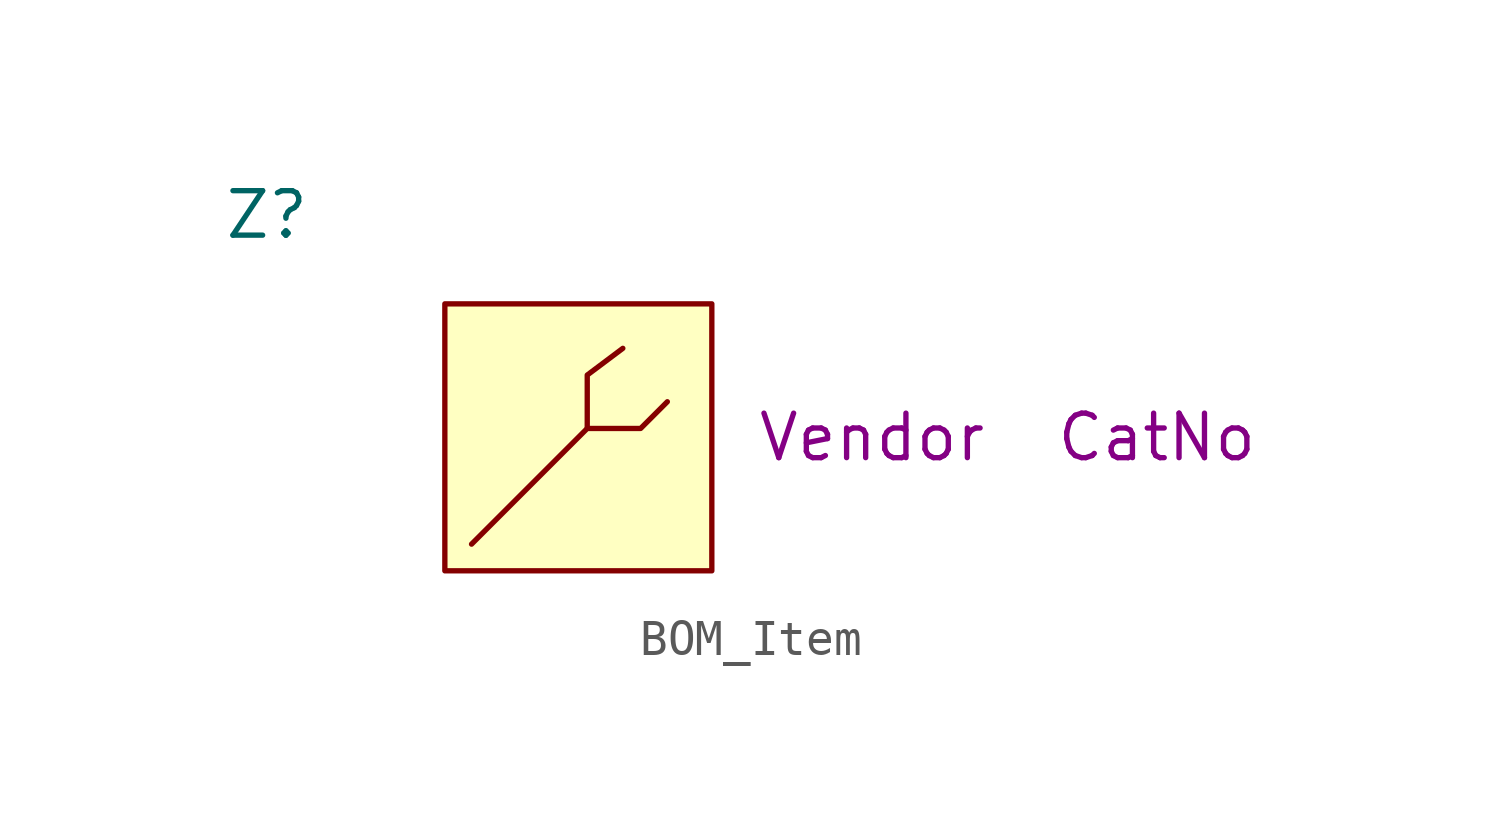
<source format=kicad_sym>
(kicad_symbol_lib
  (version 20211014)
  (generator kicad_symbol_editor)
  (symbol "BOM_Item"
    (property "Reference" "Z"
      (at -5.08 2.54 0)
      (effects (font (size 1.27 1.27))))
    (property "Vendor" "Vendor"
      (at 12.192 -3.81 0)
      (effects (font (size 1.27 1.27))))
    (property "CatNo" "CatNo"
      (at 20.32 -3.81 0)
      (effects (font (size 1.27 1.27))))
    (symbol "BOM_Item_0_1"
      (polyline (pts (xy 4.064 -3.556) (xy 4.064 -2.032) (xy 5.08 -1.27)) (stroke (width 0) (type default) (color 0 0 0 0)) (fill (type none)))
      (polyline (pts (xy 0.762 -6.858) (xy 4.064 -3.556) (xy 5.588 -3.556) (xy 6.35 -2.794)) (stroke (width 0) (type default) (color 0 0 0 0)) (fill (type none)))
      (rectangle (start 0 0) (end 7.62 -7.62) (stroke (width 0) (type default) (color 0 0 0 0)) (fill (type background))))))
</source>
